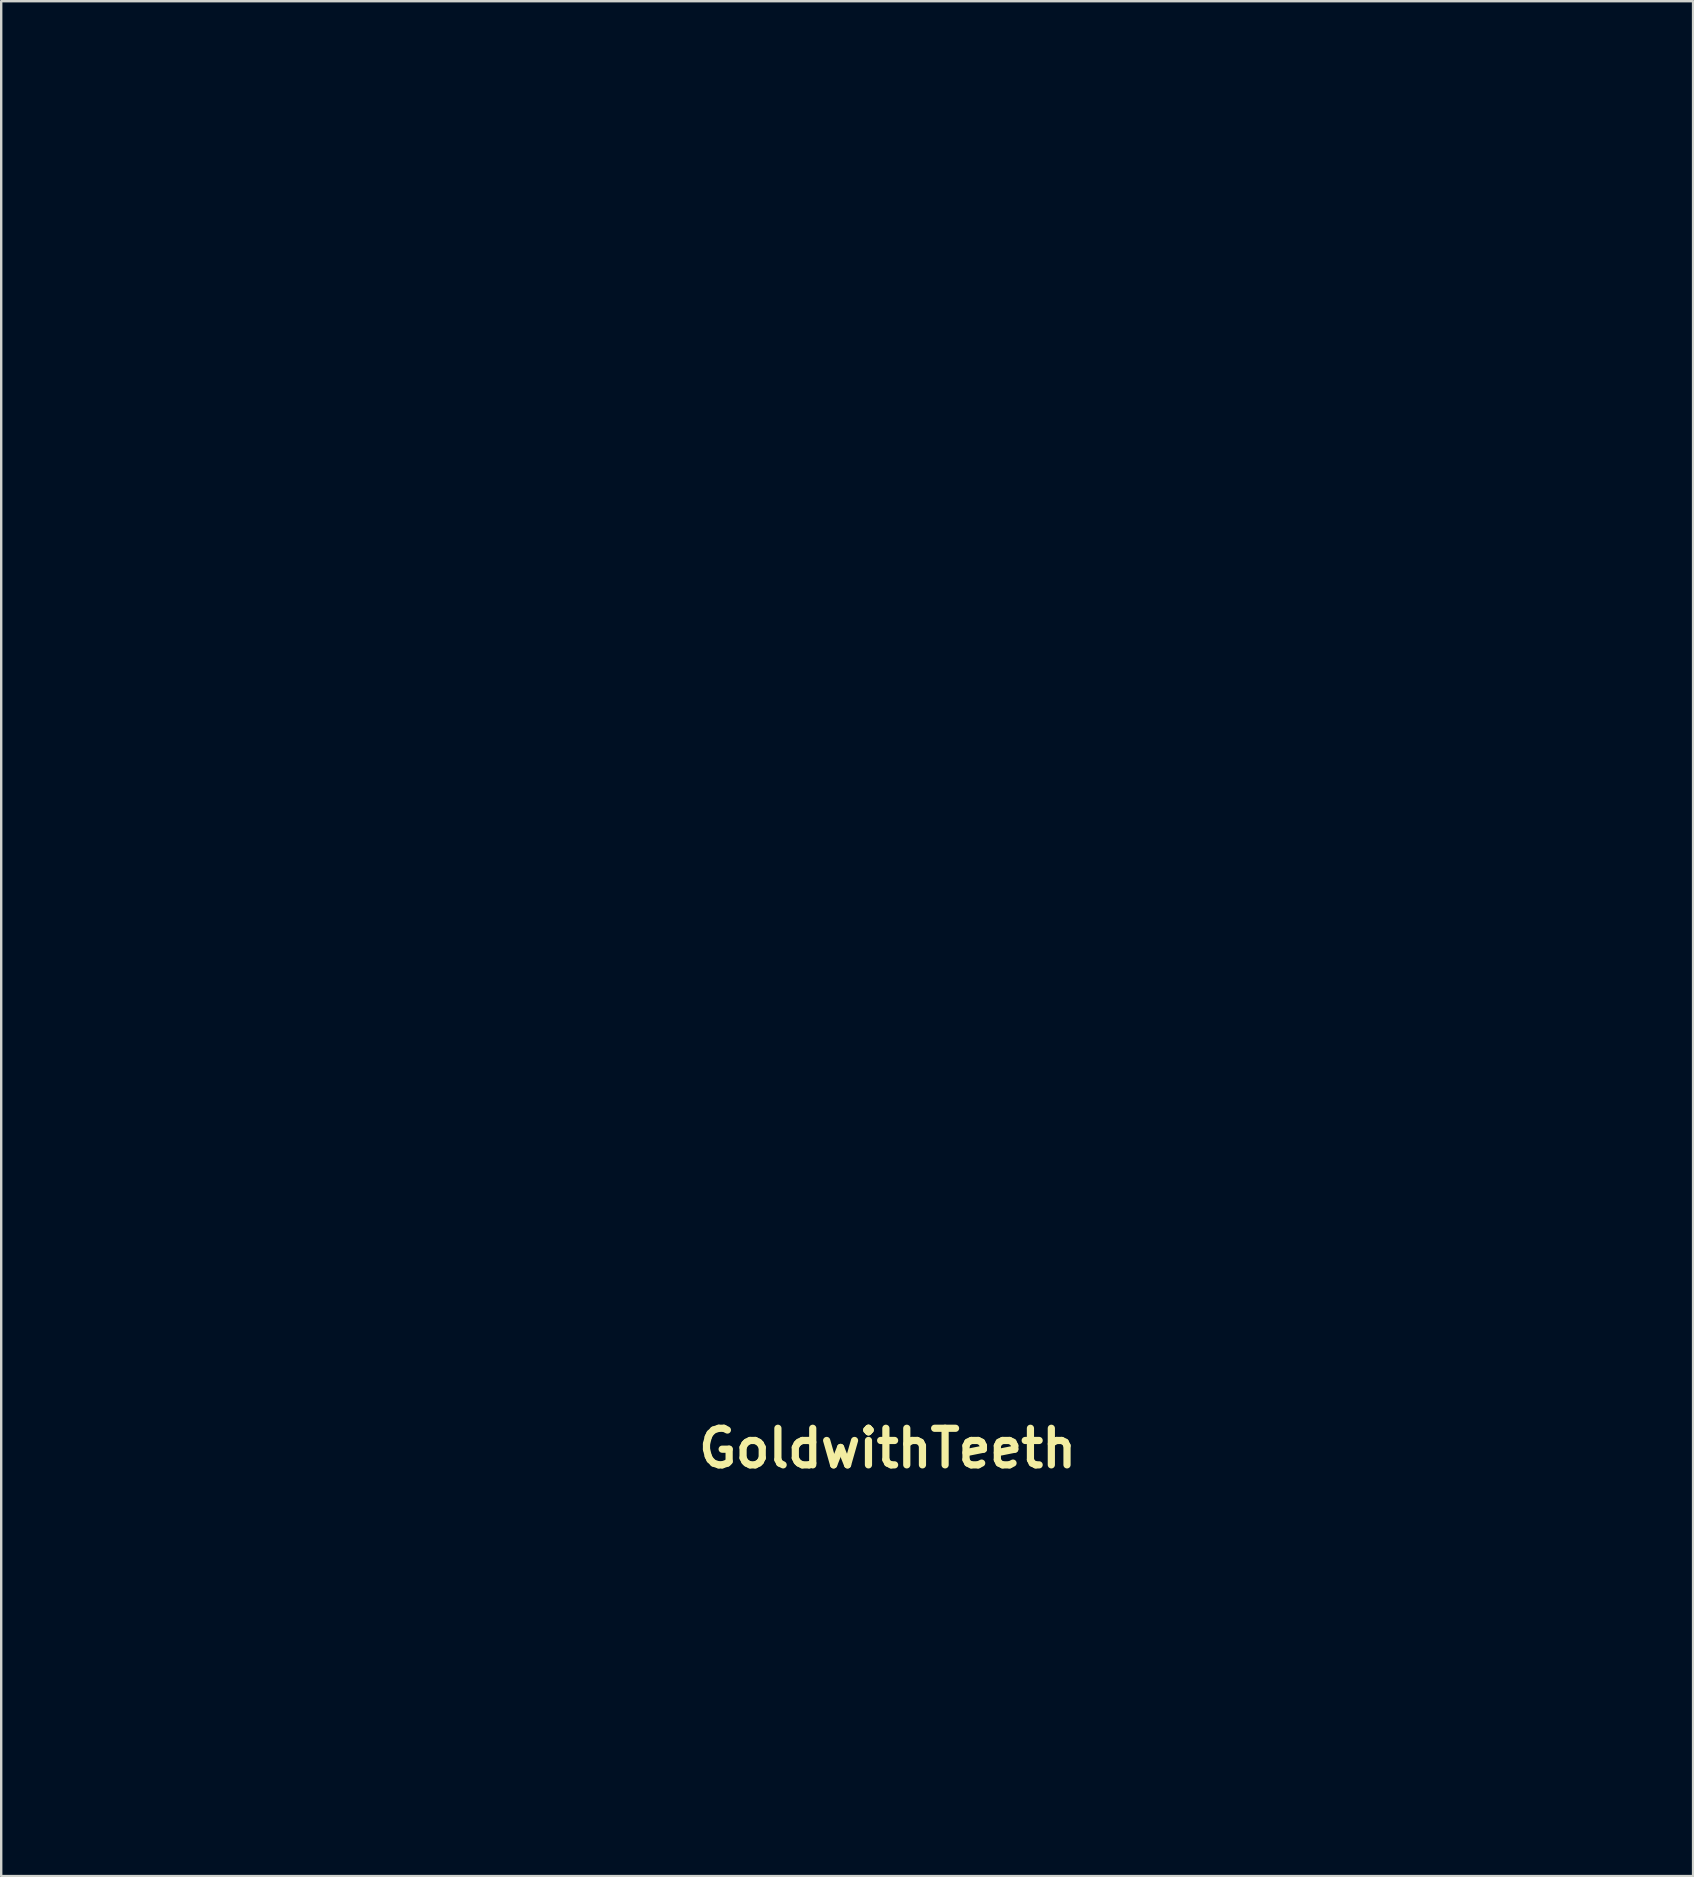
<source format=kicad_pcb>
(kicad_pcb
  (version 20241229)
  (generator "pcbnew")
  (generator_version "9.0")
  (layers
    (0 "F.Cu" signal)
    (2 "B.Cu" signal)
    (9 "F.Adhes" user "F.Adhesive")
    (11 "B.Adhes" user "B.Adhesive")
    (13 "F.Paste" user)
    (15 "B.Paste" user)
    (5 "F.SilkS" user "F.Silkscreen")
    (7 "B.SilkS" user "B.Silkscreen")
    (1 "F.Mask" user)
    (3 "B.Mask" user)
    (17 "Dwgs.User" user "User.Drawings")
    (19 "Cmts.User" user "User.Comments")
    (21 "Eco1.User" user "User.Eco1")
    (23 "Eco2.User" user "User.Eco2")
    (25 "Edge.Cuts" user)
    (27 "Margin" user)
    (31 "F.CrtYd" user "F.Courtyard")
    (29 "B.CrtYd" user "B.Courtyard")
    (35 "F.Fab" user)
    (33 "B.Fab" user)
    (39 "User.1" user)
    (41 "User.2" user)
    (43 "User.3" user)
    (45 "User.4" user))
  (footprint "GoldwithTeeth"
    (layer "F.Cu")
    (at 33.936 57.299)
    (property "Reference" "GoldwithTeeth" (at 0 0 0) (layer "F.SilkS") (effects (font (size 1.524 1.524) (thickness 0.3))))
    (attr through_hole)
    (fp_poly (pts (xy -13.937 1.124) (xy -13.524 1.151) (xy -13.097 1.203) (xy -12.947 1.228) (xy -12.327 1.391) (xy -11.739 1.655) (xy -11.166 2.036) (xy -10.59 2.549) (xy -9.993 3.21) (xy -9.356 4.034) (xy -8.856 4.748) (xy -8.335 5.494) (xy -7.88 6.09) (xy -7.463 6.563) (xy -7.054 6.944) (xy -6.625 7.26) (xy -6.146 7.541) (xy -5.962 7.636) (xy -4.8 8.167) (xy -3.748 8.533) (xy -2.798 8.737) (xy -1.944 8.781) (xy -1.47 8.73) (xy -1.151 8.663) (xy -0.848 8.569) (xy -0.543 8.435) (xy -0.219 8.248) (xy 0.142 7.994) (xy 0.557 7.661) (xy 1.043 7.235) (xy 1.619 6.702) (xy 2.301 6.049) (xy 3.091 5.281) (xy 3.955 4.441) (xy 4.696 3.737) (xy 5.329 3.158) (xy 5.87 2.691) (xy 6.336 2.327) (xy 6.741 2.052) (xy 7.102 1.856) (xy 7.435 1.728) (xy 7.756 1.655) (xy 8.08 1.627) (xy 8.186 1.626) (xy 8.532 1.661) (xy 8.698 1.762) (xy 8.676 1.925) (xy 8.635 1.982) (xy 8.529 2.236) (xy 8.472 2.675) (xy 8.464 3.287) (xy 8.506 4.059) (xy 8.582 4.846) (xy 8.67 5.867) (xy 8.683 6.765) (xy 8.616 7.607) (xy 8.465 8.461) (xy 8.315 9.075) (xy 8.171 9.531) (xy 7.985 9.948) (xy 7.738 10.347) (xy 7.412 10.746) (xy 6.989 11.168) (xy 6.448 11.631) (xy 5.773 12.157) (xy 4.944 12.764) (xy 4.851 12.831) (xy 3.885 13.47) (xy 2.913 14.014) (xy 1.988 14.434) (xy 1.608 14.573) (xy 1.117 14.729) (xy 0.79 14.81) (xy 0.601 14.818) (xy 0.525 14.756) (xy 0.526 14.67) (xy 0.639 14.549) (xy 0.917 14.395) (xy 1.321 14.229) (xy 2.458 13.738) (xy 3.633 13.095) (xy 4.798 12.331) (xy 5.903 11.476) (xy 6.891 10.575) (xy 7.215 10.233) (xy 7.451 9.927) (xy 7.627 9.6) (xy 7.775 9.195) (xy 7.924 8.656) (xy 7.948 8.562) (xy 8.031 8.202) (xy 8.091 7.866) (xy 8.129 7.509) (xy 8.15 7.084) (xy 8.156 6.546) (xy 8.152 5.853) (xy 8.142 5.127) (xy 8.127 4.579) (xy 8.104 4.185) (xy 8.07 3.92) (xy 8.021 3.76) (xy 7.954 3.681) (xy 7.865 3.658) (xy 7.852 3.658) (xy 7.663 3.728) (xy 7.396 3.907) (xy 7.106 4.15) (xy 6.845 4.412) (xy 6.669 4.647) (xy 6.658 4.667) (xy 6.594 4.876) (xy 6.525 5.24) (xy 6.46 5.709) (xy 6.407 6.236) (xy 6.405 6.259) (xy 6.337 7.044) (xy 6.275 7.644) (xy 6.218 8.073) (xy 6.164 8.349) (xy 6.116 8.479) (xy 6.052 8.435) (xy 5.923 8.239) (xy 5.75 7.925) (xy 5.595 7.615) (xy 5.347 7.13) (xy 5.154 6.817) (xy 5.002 6.657) (xy 4.928 6.626) (xy 4.745 6.678) (xy 4.441 6.856) (xy 4.037 7.144) (xy 3.878 7.268) (xy 3.453 7.616) (xy 3.139 7.918) (xy 2.918 8.215) (xy 2.775 8.546) (xy 2.692 8.953) (xy 2.652 9.477) (xy 2.639 10.157) (xy 2.638 10.262) (xy 2.63 11.735) (xy 2.407 11.435) (xy 2.204 11.179) (xy 1.944 10.868) (xy 1.818 10.724) (xy 1.584 10.445) (xy 1.396 10.188) (xy 1.332 10.084) (xy 1.152 9.851) (xy 0.972 9.698) (xy 0.835 9.624) (xy 0.681 9.594) (xy 0.457 9.607) (xy 0.113 9.666) (xy -0.116 9.712) (xy -0.745 9.797) (xy -1.496 9.832) (xy -2.322 9.82) (xy -3.179 9.765) (xy -4.019 9.672) (xy -4.798 9.545) (xy -5.469 9.386) (xy -5.987 9.202) (xy -6.011 9.191) (xy -6.285 9.092) (xy -6.503 9.066) (xy -6.54 9.074) (xy -6.671 9.176) (xy -6.889 9.399) (xy -7.157 9.701) (xy -7.285 9.855) (xy -7.874 10.577) (xy -7.944 10.19) (xy -7.973 9.932) (xy -7.998 9.53) (xy -8.014 9.042) (xy -8.021 8.615) (xy -8.024 8.093) (xy -8.042 7.731) (xy -8.095 7.482) (xy -8.204 7.303) (xy -8.392 7.148) (xy -8.677 6.973) (xy -8.837 6.879) (xy -9.324 6.519) (xy -9.757 6.064) (xy -9.8 6.008) (xy -10.206 5.463) (xy -10.461 5.805) (xy -10.646 6.031) (xy -10.928 6.346) (xy -11.257 6.698) (xy -11.412 6.858) (xy -12.109 7.569) (xy -12.056 7.163) (xy -12.006 6.731) (xy -11.955 6.217) (xy -11.907 5.662) (xy -11.865 5.104) (xy -11.831 4.585) (xy -11.807 4.143) (xy -11.798 3.819) (xy -11.806 3.652) (xy -11.808 3.644) (xy -11.911 3.524) (xy -12.144 3.322) (xy -12.467 3.069) (xy -12.715 2.888) (xy -13.564 2.283) (xy -13.602 4.164) (xy -13.622 5.177) (xy -13.639 6.008) (xy -13.649 6.68) (xy -13.653 7.212) (xy -13.649 7.628) (xy -13.636 7.948) (xy -13.612 8.193) (xy -13.577 8.386) (xy -13.528 8.549) (xy -13.466 8.701) (xy -13.389 8.865) (xy -13.333 8.982) (xy -12.942 9.628) (xy -12.369 10.31) (xy -11.631 11.015) (xy -10.743 11.729) (xy -9.721 12.439) (xy -8.581 13.132) (xy -8.103 13.397) (xy -7.705 13.619) (xy -7.383 13.811) (xy -7.174 13.95) (xy -7.112 14.011) (xy -7.156 14.126) (xy -7.307 14.148) (xy -7.594 14.075) (xy -7.809 13.998) (xy -8.355 13.755) (xy -9.008 13.401) (xy -9.728 12.965) (xy -10.473 12.474) (xy -11.202 11.956) (xy -11.875 11.439) (xy -12.449 10.952) (xy -12.809 10.604) (xy -13.295 10.046) (xy -13.669 9.501) (xy -13.938 8.937) (xy -14.11 8.321) (xy -14.193 7.621) (xy -14.194 6.805) (xy -14.122 5.842) (xy -14.072 5.385) (xy -13.966 4.275) (xy -13.936 3.348) (xy -13.981 2.6) (xy -14.103 2.024) (xy -14.301 1.615) (xy -14.426 1.474) (xy -14.578 1.308) (xy -14.63 1.203) (xy -14.538 1.15) (xy -14.291 1.124) (xy -13.937 1.124)) (stroke (width 0.01) (type solid)) (fill yes) (layer "F.Mask"))
    (fp_poly (pts (xy 16.072 -57.277) (xy 16.817 -57.207) (xy 17.476 -57.089) (xy 17.78 -57.003) (xy 18.701 -56.612) (xy 19.55 -56.097) (xy 20.29 -55.488) (xy 20.883 -54.81) (xy 21.13 -54.428) (xy 21.331 -54.113) (xy 21.566 -53.846) (xy 21.885 -53.58) (xy 22.283 -53.302) (xy 23.034 -52.75) (xy 23.645 -52.179) (xy 24.174 -51.528) (xy 24.581 -50.902) (xy 24.837 -50.508) (xy 25.186 -50.015) (xy 25.589 -49.475) (xy 26.006 -48.944) (xy 26.157 -48.759) (xy 26.937 -47.786) (xy 27.583 -46.911) (xy 28.09 -46.145) (xy 28.451 -45.495) (xy 28.572 -45.227) (xy 28.68 -44.923) (xy 28.75 -44.614) (xy 28.791 -44.242) (xy 28.81 -43.75) (xy 28.814 -43.48) (xy 28.82 -42.975) (xy 28.836 -42.623) (xy 28.873 -42.371) (xy 28.941 -42.17) (xy 29.052 -41.969) (xy 29.193 -41.752) (xy 29.625 -40.994) (xy 29.992 -40.133) (xy 30.281 -39.227) (xy 30.474 -38.327) (xy 30.557 -37.491) (xy 30.546 -37.023) (xy 30.392 -36.159) (xy 30.092 -35.32) (xy 29.668 -34.552) (xy 29.146 -33.902) (xy 28.76 -33.56) (xy 28.245 -33.172) (xy 28.307 -32.483) (xy 28.359 -31.671) (xy 28.373 -30.874) (xy 28.352 -30.137) (xy 28.295 -29.507) (xy 28.206 -29.028) (xy 28.199 -29.004) (xy 27.893 -28.207) (xy 27.432 -27.364) (xy 26.847 -26.513) (xy 26.167 -25.693) (xy 25.422 -24.942) (xy 24.641 -24.301) (xy 24.572 -24.252) (xy 23.636 -23.674) (xy 22.565 -23.162) (xy 21.422 -22.741) (xy 20.273 -22.435) (xy 19.471 -22.298) (xy 19.107 -22.23) (xy 18.776 -22.106) (xy 18.406 -21.895) (xy 18.164 -21.734) (xy 17.627 -21.395) (xy 17.115 -21.151) (xy 16.553 -20.972) (xy 15.868 -20.829) (xy 15.806 -20.818) (xy 15.268 -20.755) (xy 14.691 -20.748) (xy 14.044 -20.799) (xy 13.297 -20.914) (xy 12.416 -21.094) (xy 11.582 -21.292) (xy 10.865 -21.465) (xy 10.298 -21.591) (xy 9.833 -21.677) (xy 9.426 -21.73) (xy 9.029 -21.758) (xy 8.636 -21.767) (xy 7.614 -21.717) (xy 6.699 -21.549) (xy 5.911 -21.271) (xy 5.267 -20.889) (xy 4.785 -20.41) (xy 4.775 -20.396) (xy 4.492 -20.073) (xy 4.251 -19.924) (xy 4.066 -19.955) (xy 4.01 -20.021) (xy 3.984 -20.244) (xy 4.106 -20.542) (xy 4.348 -20.887) (xy 4.686 -21.247) (xy 5.092 -21.594) (xy 5.541 -21.897) (xy 5.769 -22.021) (xy 6.304 -22.258) (xy 6.832 -22.417) (xy 7.403 -22.51) (xy 8.072 -22.543) (xy 8.839 -22.528) (xy 9.492 -22.487) (xy 10.122 -22.415) (xy 10.796 -22.301) (xy 11.581 -22.137) (xy 11.786 -22.09) (xy 12.446 -21.942) (xy 12.97 -21.837) (xy 13.418 -21.768) (xy 13.848 -21.727) (xy 14.322 -21.706) (xy 14.9 -21.699) (xy 14.935 -21.698) (xy 15.579 -21.701) (xy 16.063 -21.718) (xy 16.431 -21.754) (xy 16.728 -21.813) (xy 16.942 -21.878) (xy 17.234 -21.992) (xy 17.428 -22.093) (xy 17.475 -22.142) (xy 17.381 -22.184) (xy 17.131 -22.23) (xy 16.769 -22.272) (xy 16.586 -22.288) (xy 16.124 -22.335) (xy 15.542 -22.414) (xy 14.916 -22.513) (xy 14.376 -22.61) (xy 13.018 -22.86) (xy 11.829 -23.05) (xy 10.785 -23.18) (xy 9.862 -23.25) (xy 9.033 -23.26) (xy 8.275 -23.209) (xy 7.563 -23.097) (xy 6.872 -22.925) (xy 6.178 -22.692) (xy 5.818 -22.55) (xy 5.236 -22.323) (xy 4.833 -22.189) (xy 4.608 -22.151) (xy 4.561 -22.208) (xy 4.689 -22.362) (xy 4.993 -22.613) (xy 5.359 -22.883) (xy 6.945 -23.93) (xy 7.283 -24.116) (xy 8.354 -24.116) (xy 8.366 -24.101) (xy 8.484 -24.137) (xy 8.658 -24.167) (xy 8.991 -24.199) (xy 9.436 -24.229) (xy 9.949 -24.254) (xy 10.037 -24.258) (xy 10.633 -24.273) (xy 11.167 -24.267) (xy 11.681 -24.234) (xy 12.217 -24.168) (xy 12.819 -24.065) (xy 13.528 -23.919) (xy 14.387 -23.725) (xy 14.464 -23.707) (xy 15.64 -23.459) (xy 16.677 -23.297) (xy 17.622 -23.22) (xy 18.518 -23.225) (xy 19.41 -23.31) (xy 20.075 -23.419) (xy 21.4 -23.761) (xy 22.731 -24.281) (xy 24.021 -24.959) (xy 24.509 -25.266) (xy 24.925 -25.55) (xy 25.165 -25.736) (xy 25.231 -25.826) (xy 25.122 -25.822) (xy 24.841 -25.725) (xy 24.811 -25.713) (xy 24.071 -25.474) (xy 23.229 -25.303) (xy 22.268 -25.199) (xy 21.173 -25.162) (xy 19.929 -25.191) (xy 18.519 -25.286) (xy 17.374 -25.396) (xy 16.049 -25.519) (xy 14.885 -25.584) (xy 13.849 -25.589) (xy 12.906 -25.531) (xy 12.023 -25.408) (xy 11.165 -25.216) (xy 10.298 -24.953) (xy 9.906 -24.815) (xy 9.613 -24.701) (xy 9.291 -24.566) (xy 8.972 -24.425) (xy 8.689 -24.292) (xy 8.472 -24.184) (xy 8.354 -24.116) (xy 7.283 -24.116) (xy 8.504 -24.784) (xy 10.033 -25.443) (xy 11.528 -25.906) (xy 12.006 -26.013) (xy 12.481 -26.117) (xy 12.918 -26.226) (xy 13.255 -26.322) (xy 13.381 -26.367) (xy 13.47 -26.425) (xy 17.744 -26.425) (xy 17.747 -26.376) (xy 17.863 -26.339) (xy 18.115 -26.303) (xy 18.528 -26.262) (xy 18.999 -26.217) (xy 19.759 -26.17) (xy 20.558 -26.164) (xy 21.338 -26.196) (xy 22.038 -26.263) (xy 22.6 -26.364) (xy 22.619 -26.369) (xy 23.637 -26.731) (xy 24.583 -27.272) (xy 25.434 -27.975) (xy 26.169 -28.823) (xy 26.525 -29.363) (xy 26.748 -29.751) (xy 26.885 -30.049) (xy 26.96 -30.336) (xy 26.997 -30.692) (xy 27.012 -30.983) (xy 27.048 -31.845) (xy 26.38 -31.22) (xy 25.85 -30.776) (xy 25.283 -30.416) (xy 24.631 -30.115) (xy 23.848 -29.851) (xy 23.368 -29.719) (xy 22.567 -29.502) (xy 21.919 -29.3) (xy 21.376 -29.087) (xy 20.893 -28.841) (xy 20.422 -28.537) (xy 19.917 -28.151) (xy 19.33 -27.659) (xy 19.309 -27.64) (xy 18.902 -27.297) (xy 18.515 -26.983) (xy 18.193 -26.734) (xy 17.988 -26.589) (xy 17.832 -26.493) (xy 17.744 -26.425) (xy 13.47 -26.425) (xy 13.564 -26.486) (xy 13.803 -26.68) (xy 14.955 -26.68) (xy 14.995 -26.638) (xy 15.198 -26.665) (xy 15.575 -26.759) (xy 15.843 -26.832) (xy 16.532 -27.05) (xy 17.145 -27.311) (xy 17.736 -27.644) (xy 18.357 -28.079) (xy 18.948 -28.551) (xy 19.565 -29.048) (xy 20.106 -29.445) (xy 20.621 -29.769) (xy 21.16 -30.046) (xy 21.771 -30.302) (xy 22.503 -30.565) (xy 22.978 -30.722) (xy 23.981 -31.065) (xy 24.795 -31.379) (xy 25.431 -31.669) (xy 25.898 -31.94) (xy 26.112 -32.103) (xy 26.245 -32.241) (xy 26.225 -32.28) (xy 26.198 -32.274) (xy 26.045 -32.237) (xy 25.731 -32.17) (xy 25.293 -32.079) (xy 24.769 -31.973) (xy 24.42 -31.904) (xy 23.611 -31.74) (xy 22.96 -31.598) (xy 22.426 -31.466) (xy 21.967 -31.332) (xy 21.542 -31.184) (xy 21.109 -31.012) (xy 20.931 -30.937) (xy 19.918 -30.449) (xy 18.917 -29.855) (xy 17.895 -29.132) (xy 16.82 -28.258) (xy 16.51 -27.988) (xy 16.123 -27.653) (xy 15.724 -27.321) (xy 15.385 -27.048) (xy 15.308 -26.99) (xy 15.063 -26.796) (xy 14.955 -26.68) (xy 13.803 -26.68) (xy 13.857 -26.724) (xy 14.229 -27.056) (xy 14.65 -27.453) (xy 15.017 -27.816) (xy 15.554 -28.341) (xy 16.165 -28.908) (xy 16.787 -29.46) (xy 17.36 -29.944) (xy 17.577 -30.118) (xy 18.032 -30.481) (xy 18.446 -30.82) (xy 18.785 -31.108) (xy 19.016 -31.316) (xy 19.081 -31.382) (xy 19.326 -31.713) (xy 19.553 -32.131) (xy 21.053 -32.131) (xy 21.626 -32.422) (xy 21.945 -32.574) (xy 22.202 -32.68) (xy 22.324 -32.714) (xy 22.409 -32.801) (xy 22.563 -33.041) (xy 22.767 -33.403) (xy 22.771 -33.412) (xy 24.551 -33.412) (xy 24.57 -33.325) (xy 24.575 -33.325) (xy 24.708 -33.355) (xy 24.986 -33.435) (xy 25.36 -33.551) (xy 25.587 -33.624) (xy 26.574 -33.994) (xy 27.379 -34.407) (xy 28.023 -34.881) (xy 28.526 -35.436) (xy 28.906 -36.09) (xy 29.186 -36.861) (xy 29.226 -37.009) (xy 29.328 -37.59) (xy 29.38 -38.287) (xy 29.379 -39.019) (xy 29.325 -39.704) (xy 29.263 -40.081) (xy 29.132 -40.691) (xy 28.958 -40.062) (xy 28.754 -39.475) (xy 28.465 -38.924) (xy 28.065 -38.373) (xy 27.53 -37.785) (xy 27.048 -37.32) (xy 26.494 -36.791) (xy 26.068 -36.345) (xy 25.741 -35.94) (xy 25.48 -35.534) (xy 25.254 -35.084) (xy 25.083 -34.677) (xy 24.916 -34.27) (xy 24.76 -33.902) (xy 24.642 -33.642) (xy 24.623 -33.604) (xy 24.551 -33.412) (xy 22.771 -33.412) (xy 23.003 -33.856) (xy 23.156 -34.163) (xy 23.636 -35.091) (xy 24.101 -35.865) (xy 24.582 -36.528) (xy 25.111 -37.125) (xy 25.687 -37.671) (xy 26.214 -38.142) (xy 26.612 -38.516) (xy 26.91 -38.826) (xy 27.135 -39.104) (xy 27.317 -39.382) (xy 27.484 -39.692) (xy 27.509 -39.742) (xy 27.67 -40.079) (xy 27.787 -40.346) (xy 27.838 -40.491) (xy 27.838 -40.497) (xy 27.772 -40.471) (xy 27.595 -40.327) (xy 27.339 -40.094) (xy 27.203 -39.964) (xy 26.871 -39.657) (xy 26.431 -39.277) (xy 25.942 -38.872) (xy 25.459 -38.489) (xy 25.451 -38.482) (xy 24.96 -38.088) (xy 24.456 -37.656) (xy 23.997 -37.239) (xy 23.648 -36.894) (xy 23.44 -36.667) (xy 23.256 -36.45) (xy 23.084 -36.219) (xy 22.91 -35.949) (xy 22.722 -35.619) (xy 22.506 -35.203) (xy 22.248 -34.678) (xy 21.935 -34.021) (xy 21.555 -33.208) (xy 21.461 -33.007) (xy 21.053 -32.131) (xy 19.553 -32.131) (xy 19.566 -32.153) (xy 19.813 -32.73) (xy 20.081 -33.472) (xy 20.168 -33.731) (xy 20.543 -34.778) (xy 20.942 -35.678) (xy 21.394 -36.492) (xy 21.932 -37.275) (xy 22.37 -37.829) (xy 22.604 -38.13) (xy 22.759 -38.395) (xy 22.835 -38.662) (xy 22.833 -38.971) (xy 22.756 -39.362) (xy 22.602 -39.873) (xy 22.434 -40.371) (xy 22.257 -40.895) (xy 22.137 -41.295) (xy 22.062 -41.637) (xy 22.023 -41.987) (xy 22.007 -42.411) (xy 22.002 -42.875) (xy 22 -43.332) (xy 22.724 -43.332) (xy 22.747 -42.708) (xy 22.814 -42.183) (xy 22.94 -41.658) (xy 23.001 -41.453) (xy 23.161 -40.931) (xy 23.333 -40.361) (xy 23.483 -39.858) (xy 23.495 -39.815) (xy 23.64 -39.395) (xy 23.77 -39.151) (xy 23.875 -39.087) (xy 23.948 -39.208) (xy 23.977 -39.52) (xy 23.977 -39.559) (xy 23.956 -39.829) (xy 23.899 -40.239) (xy 23.815 -40.727) (xy 23.732 -41.148) (xy 23.569 -41.976) (xy 23.465 -42.657) (xy 23.427 -43.221) (xy 24.393 -43.221) (xy 24.418 -42.416) (xy 24.503 -41.539) (xy 24.646 -40.633) (xy 24.744 -40.153) (xy 24.796 -39.92) (xy 25.428 -40.276) (xy 25.807 -40.501) (xy 26.167 -40.733) (xy 26.402 -40.903) (xy 26.651 -41.172) (xy 26.921 -41.583) (xy 27.113 -41.949) (xy 27.3 -42.362) (xy 27.411 -42.686) (xy 27.465 -43.009) (xy 27.481 -43.418) (xy 27.481 -43.586) (xy 27.471 -44.054) (xy 27.429 -44.404) (xy 27.337 -44.721) (xy 27.179 -45.089) (xy 27.162 -45.124) (xy 26.941 -45.548) (xy 26.654 -46.035) (xy 26.362 -46.485) (xy 26.337 -46.521) (xy 25.829 -47.243) (xy 25.659 -46.72) (xy 25.509 -46.355) (xy 25.291 -45.926) (xy 25.085 -45.578) (xy 24.853 -45.182) (xy 24.65 -44.765) (xy 24.533 -44.457) (xy 24.431 -43.915) (xy 24.393 -43.221) (xy 23.427 -43.221) (xy 23.425 -43.241) (xy 23.456 -43.775) (xy 23.562 -44.309) (xy 23.749 -44.892) (xy 24.02 -45.572) (xy 24.263 -46.128) (xy 24.495 -46.674) (xy 24.705 -47.213) (xy 24.873 -47.691) (xy 24.979 -48.053) (xy 24.994 -48.121) (xy 25.056 -48.48) (xy 25.064 -48.713) (xy 25.012 -48.888) (xy 24.936 -49.019) (xy 24.755 -49.295) (xy 24.618 -48.76) (xy 24.514 -48.462) (xy 24.333 -48.044) (xy 24.1 -47.56) (xy 23.839 -47.065) (xy 23.83 -47.048) (xy 23.405 -46.237) (xy 23.096 -45.534) (xy 22.889 -44.89) (xy 22.77 -44.258) (xy 22.725 -43.591) (xy 22.724 -43.332) (xy 22 -43.332) (xy 21.996 -44.145) (xy 21.387 -44.552) (xy 20.855 -44.982) (xy 20.415 -45.488) (xy 20.101 -46.024) (xy 19.944 -46.542) (xy 19.94 -46.573) (xy 19.883 -46.861) (xy 19.801 -47.023) (xy 19.764 -47.041) (xy 19.616 -47.084) (xy 19.346 -47.196) (xy 19.021 -47.351) (xy 18.697 -47.564) (xy 20.896 -47.564) (xy 20.998 -46.95) (xy 21.161 -46.499) (xy 21.38 -46.099) (xy 21.628 -45.756) (xy 21.88 -45.496) (xy 22.107 -45.343) (xy 22.283 -45.32) (xy 22.371 -45.423) (xy 22.327 -45.552) (xy 22.175 -45.766) (xy 22.037 -45.922) (xy 21.699 -46.362) (xy 21.475 -46.866) (xy 21.362 -47.455) (xy 21.361 -47.66) (xy 21.973 -47.66) (xy 22.043 -47.309) (xy 22.051 -47.282) (xy 22.166 -46.997) (xy 22.318 -46.694) (xy 22.477 -46.43) (xy 22.607 -46.261) (xy 22.658 -46.229) (xy 22.719 -46.314) (xy 22.855 -46.549) (xy 23.047 -46.903) (xy 23.279 -47.344) (xy 23.398 -47.574) (xy 23.739 -48.27) (xy 23.976 -48.827) (xy 24.115 -49.274) (xy 24.162 -49.641) (xy 24.126 -49.959) (xy 24.029 -50.225) (xy 23.889 -50.433) (xy 23.679 -50.656) (xy 23.449 -50.852) (xy 23.248 -50.978) (xy 23.125 -50.993) (xy 23.121 -50.989) (xy 23.069 -50.888) (xy 22.953 -50.636) (xy 22.788 -50.272) (xy 22.592 -49.831) (xy 22.568 -49.776) (xy 22.274 -49.073) (xy 22.082 -48.508) (xy 21.984 -48.048) (xy 21.973 -47.66) (xy 21.361 -47.66) (xy 21.359 -48.152) (xy 21.464 -48.978) (xy 21.676 -49.956) (xy 21.692 -50.022) (xy 21.894 -50.902) (xy 22.01 -51.606) (xy 22.041 -52.144) (xy 21.988 -52.523) (xy 21.942 -52.635) (xy 21.827 -52.799) (xy 21.739 -52.793) (xy 21.672 -52.607) (xy 21.62 -52.232) (xy 21.607 -52.095) (xy 21.555 -51.698) (xy 21.463 -51.176) (xy 21.343 -50.599) (xy 21.223 -50.089) (xy 21.008 -49.108) (xy 20.899 -48.274) (xy 20.896 -47.564) (xy 18.697 -47.564) (xy 18.326 -47.807) (xy 17.706 -48.446) (xy 17.158 -49.271) (xy 16.928 -49.715) (xy 16.685 -50.224) (xy 16.399 -50.823) (xy 16.115 -51.419) (xy 15.975 -51.714) (xy 15.73 -52.195) (xy 15.469 -52.655) (xy 15.225 -53.035) (xy 15.078 -53.229) (xy 14.434 -53.827) (xy 13.657 -54.314) (xy 12.796 -54.665) (xy 11.904 -54.854) (xy 11.897 -54.854) (xy 11.573 -54.9) (xy 11.394 -54.967) (xy 11.301 -55.089) (xy 11.257 -55.22) (xy 11.224 -55.402) (xy 11.265 -55.554) (xy 11.393 -55.715) (xy 12.787 -55.715) (xy 13.467 -55.589) (xy 14.368 -55.324) (xy 15.218 -54.879) (xy 15.929 -54.321) (xy 16.147 -54.101) (xy 16.341 -53.867) (xy 16.532 -53.586) (xy 16.741 -53.221) (xy 16.99 -52.739) (xy 17.285 -52.137) (xy 17.662 -51.371) (xy 17.979 -50.759) (xy 18.257 -50.271) (xy 18.515 -49.873) (xy 18.775 -49.534) (xy 19.056 -49.222) (xy 19.23 -49.047) (xy 19.585 -48.733) (xy 19.832 -48.588) (xy 19.974 -48.612) (xy 20.015 -48.777) (xy 19.952 -48.972) (xy 19.789 -49.239) (xy 19.66 -49.404) (xy 19.429 -49.747) (xy 19.157 -50.278) (xy 18.85 -50.988) (xy 18.512 -51.867) (xy 18.233 -52.651) (xy 17.81 -53.685) (xy 17.32 -54.53) (xy 16.759 -55.19) (xy 16.124 -55.668) (xy 15.667 -55.884) (xy 15.31 -56) (xy 14.968 -56.059) (xy 14.558 -56.072) (xy 14.224 -56.061) (xy 13.758 -56.021) (xy 13.36 -55.956) (xy 13.092 -55.876) (xy 13.074 -55.867) (xy 12.787 -55.715) (xy 11.393 -55.715) (xy 11.408 -55.733) (xy 11.637 -55.953) (xy 12.232 -56.4) (xy 12.722 -56.661) (xy 16.253 -56.661) (xy 16.309 -56.587) (xy 16.519 -56.437) (xy 16.723 -56.304) (xy 17.259 -55.906) (xy 17.721 -55.444) (xy 18.127 -54.891) (xy 18.491 -54.222) (xy 18.83 -53.409) (xy 19.159 -52.428) (xy 19.251 -52.121) (xy 19.417 -51.589) (xy 19.593 -51.079) (xy 19.758 -50.65) (xy 19.891 -50.36) (xy 20.158 -49.87) (xy 20.345 -50.919) (xy 20.461 -51.773) (xy 20.497 -52.558) (xy 20.491 -52.781) (xy 20.379 -53.626) (xy 20.14 -54.377) (xy 19.788 -54.998) (xy 19.646 -55.17) (xy 19.251 -55.513) (xy 18.708 -55.853) (xy 18.071 -56.162) (xy 17.394 -56.412) (xy 17.108 -56.492) (xy 16.642 -56.609) (xy 16.36 -56.667) (xy 16.253 -56.661) (xy 12.722 -56.661) (xy 12.963 -56.79) (xy 13.767 -57.091) (xy 14.017 -57.16) (xy 14.602 -57.256) (xy 15.31 -57.294) (xy 16.072 -57.277)) (stroke (width 0.01) (type solid)) (fill yes) (layer "F.Mask"))
    (fp_poly (pts (xy -18.078 -57.274) (xy -17.649 -57.22) (xy -17.37 -57.16) (xy -16.557 -56.893) (xy -15.797 -56.527) (xy -15.154 -56.094) (xy -14.99 -55.953) (xy -14.735 -55.706) (xy -14.607 -55.534) (xy -14.578 -55.381) (xy -14.61 -55.22) (xy -14.674 -55.047) (xy -14.782 -54.947) (xy -14.987 -54.888) (xy -15.298 -54.847) (xy -16.236 -54.641) (xy -17.133 -54.244) (xy -17.674 -53.894) (xy -18.107 -53.542) (xy -18.47 -53.163) (xy -18.794 -52.713) (xy -19.115 -52.145) (xy -19.375 -51.613) (xy -19.755 -50.803) (xy -20.064 -50.153) (xy -20.317 -49.64) (xy -20.527 -49.238) (xy -20.709 -48.925) (xy -20.875 -48.674) (xy -21.041 -48.463) (xy -21.22 -48.267) (xy -21.378 -48.107) (xy -21.735 -47.766) (xy -22.025 -47.53) (xy -22.317 -47.351) (xy -22.679 -47.185) (xy -22.885 -47.101) (xy -23.141 -46.972) (xy -23.25 -46.819) (xy -23.269 -46.665) (xy -23.364 -46.171) (xy -23.627 -45.65) (xy -24.031 -45.139) (xy -24.55 -44.675) (xy -24.789 -44.509) (xy -25.349 -44.145) (xy -25.356 -42.875) (xy -25.363 -42.336) (xy -25.383 -41.926) (xy -25.428 -41.58) (xy -25.509 -41.23) (xy -25.638 -40.811) (xy -25.788 -40.367) (xy -25.997 -39.738) (xy -26.133 -39.259) (xy -26.193 -38.892) (xy -26.177 -38.597) (xy -26.084 -38.336) (xy -25.913 -38.069) (xy -25.723 -37.829) (xy -25.141 -37.081) (xy -24.655 -36.343) (xy -24.236 -35.563) (xy -23.857 -34.691) (xy -23.489 -33.672) (xy -23.456 -33.575) (xy -23.188 -32.818) (xy -22.924 -32.215) (xy -22.635 -31.721) (xy -22.288 -31.289) (xy -21.853 -30.874) (xy -21.366 -30.481) (xy -20.704 -29.953) (xy -20.006 -29.364) (xy -19.313 -28.749) (xy -18.668 -28.147) (xy -18.112 -27.595) (xy -17.746 -27.201) (xy -17.438 -26.869) (xy -17.152 -26.62) (xy -16.845 -26.432) (xy -16.472 -26.283) (xy -15.986 -26.149) (xy -15.349 -26.011) (xy -13.88 -25.617) (xy -12.374 -25.027) (xy -10.835 -24.245) (xy -9.269 -23.271) (xy -8.712 -22.883) (xy -8.269 -22.552) (xy -8.002 -22.32) (xy -7.911 -22.185) (xy -7.997 -22.148) (xy -8.261 -22.209) (xy -8.703 -22.365) (xy -9.153 -22.547) (xy -10.259 -22.939) (xy -11.336 -23.173) (xy -12.46 -23.264) (xy -12.688 -23.266) (xy -13.15 -23.261) (xy -13.597 -23.241) (xy -14.062 -23.202) (xy -14.578 -23.141) (xy -15.178 -23.053) (xy -15.896 -22.934) (xy -16.765 -22.78) (xy -17.221 -22.696) (xy -17.892 -22.578) (xy -18.558 -22.47) (xy -19.17 -22.379) (xy -19.677 -22.312) (xy -19.99 -22.281) (xy -20.374 -22.244) (xy -20.665 -22.2) (xy -20.817 -22.156) (xy -20.828 -22.142) (xy -20.74 -22.068) (xy -20.514 -21.961) (xy -20.295 -21.878) (xy -20.024 -21.799) (xy -19.715 -21.745) (xy -19.327 -21.713) (xy -18.813 -21.699) (xy -18.288 -21.698) (xy -17.623 -21.708) (xy -17.083 -21.736) (xy -16.589 -21.791) (xy -16.063 -21.882) (xy -15.426 -22.017) (xy -15.392 -22.025) (xy -14.563 -22.207) (xy -13.89 -22.345) (xy -13.334 -22.443) (xy -12.854 -22.505) (xy -12.411 -22.538) (xy -11.964 -22.546) (xy -11.474 -22.535) (xy -11.395 -22.532) (xy -10.656 -22.481) (xy -10.055 -22.383) (xy -9.529 -22.219) (xy -9.015 -21.971) (xy -8.621 -21.733) (xy -8.261 -21.461) (xy -7.918 -21.133) (xy -7.626 -20.789) (xy -7.42 -20.471) (xy -7.334 -20.223) (xy -7.336 -20.178) (xy -7.436 -19.981) (xy -7.619 -19.927) (xy -7.823 -20.014) (xy -7.961 -20.187) (xy -8.325 -20.672) (xy -8.859 -21.078) (xy -9.544 -21.399) (xy -10.357 -21.625) (xy -11.279 -21.749) (xy -11.989 -21.771) (xy -12.451 -21.758) (xy -12.872 -21.724) (xy -13.306 -21.66) (xy -13.806 -21.558) (xy -14.428 -21.408) (xy -14.681 -21.344) (xy -15.643 -21.108) (xy -16.447 -20.935) (xy -17.131 -20.821) (xy -17.727 -20.761) (xy -18.271 -20.751) (xy -18.799 -20.787) (xy -18.986 -20.81) (xy -19.743 -20.939) (xy -20.353 -21.113) (xy -20.873 -21.352) (xy -21.331 -21.656) (xy -21.667 -21.878) (xy -22.028 -22.037) (xy -22.489 -22.162) (xy -22.673 -22.201) (xy -23.45 -22.383) (xy -24.291 -22.623) (xy -25.116 -22.894) (xy -25.845 -23.173) (xy -26.043 -23.259) (xy -27.002 -23.747) (xy -27.922 -24.327) (xy -28.769 -24.97) (xy -29.435 -25.582) (xy -28.422 -25.582) (xy -28.339 -25.496) (xy -28.138 -25.342) (xy -27.095 -24.671) (xy -25.922 -24.109) (xy -24.676 -23.68) (xy -24.265 -23.574) (xy -22.962 -23.328) (xy -21.709 -23.224) (xy -20.446 -23.262) (xy -19.116 -23.442) (xy -18.644 -23.535) (xy -18.002 -23.669) (xy -17.272 -23.822) (xy -16.566 -23.97) (xy -16.205 -24.046) (xy -15.677 -24.151) (xy -15.241 -24.22) (xy -14.83 -24.258) (xy -14.377 -24.27) (xy -13.818 -24.261) (xy -13.513 -24.251) (xy -12.965 -24.228) (xy -12.473 -24.2) (xy -12.079 -24.17) (xy -11.83 -24.142) (xy -11.786 -24.133) (xy -11.706 -24.123) (xy -11.783 -24.175) (xy -11.985 -24.275) (xy -12.28 -24.407) (xy -12.636 -24.559) (xy -13.021 -24.717) (xy -13.403 -24.867) (xy -13.75 -24.995) (xy -13.864 -25.034) (xy -14.683 -25.273) (xy -15.528 -25.446) (xy -16.429 -25.553) (xy -17.416 -25.596) (xy -18.517 -25.577) (xy -19.763 -25.497) (xy -20.726 -25.407) (xy -21.743 -25.305) (xy -22.59 -25.227) (xy -23.301 -25.172) (xy -23.908 -25.14) (xy -24.443 -25.128) (xy -24.939 -25.137) (xy -25.429 -25.165) (xy -25.945 -25.211) (xy -26.219 -25.24) (xy -26.777 -25.306) (xy -27.29 -25.374) (xy -27.711 -25.437) (xy -27.993 -25.49) (xy -28.047 -25.503) (xy -28.328 -25.579) (xy -28.422 -25.582) (xy -29.435 -25.582) (xy -29.506 -25.647) (xy -30.094 -26.329) (xy -30.295 -26.619) (xy -30.737 -27.324) (xy -31.078 -27.902) (xy -31.329 -28.397) (xy -31.505 -28.85) (xy -31.616 -29.304) (xy -31.675 -29.802) (xy -31.694 -30.385) (xy -31.686 -31.097) (xy -31.678 -31.399) (xy -31.667 -31.845) (xy -30.401 -31.845) (xy -30.364 -30.983) (xy -30.338 -30.538) (xy -30.288 -30.215) (xy -30.19 -29.931) (xy -30.02 -29.606) (xy -29.895 -29.391) (xy -29.216 -28.436) (xy -28.414 -27.636) (xy -27.499 -26.998) (xy -26.485 -26.532) (xy -25.385 -26.247) (xy -25.18 -26.215) (xy -24.783 -26.183) (xy -24.238 -26.17) (xy -23.601 -26.174) (xy -22.927 -26.195) (xy -22.27 -26.231) (xy -21.686 -26.281) (xy -21.534 -26.298) (xy -20.994 -26.365) (xy -21.411 -26.641) (xy -21.661 -26.822) (xy -22.011 -27.098) (xy -22.409 -27.428) (xy -22.719 -27.693) (xy -23.284 -28.171) (xy -23.781 -28.549) (xy -24.255 -28.85) (xy -24.752 -29.098) (xy -25.318 -29.315) (xy -25.998 -29.524) (xy -26.721 -29.719) (xy -27.592 -29.973) (xy -28.306 -30.252) (xy -28.912 -30.578) (xy -29.456 -30.975) (xy -29.733 -31.22) (xy -30.401 -31.845) (xy -31.667 -31.845) (xy -31.655 -32.277) (xy -29.636 -32.277) (xy -29.578 -32.199) (xy -29.411 -32.064) (xy -29.167 -31.897) (xy -28.879 -31.721) (xy -28.632 -31.588) (xy -28.339 -31.457) (xy -27.898 -31.283) (xy -27.358 -31.082) (xy -26.764 -30.873) (xy -26.354 -30.735) (xy -25.526 -30.452) (xy -24.849 -30.193) (xy -24.275 -29.932) (xy -23.759 -29.645) (xy -23.253 -29.306) (xy -22.711 -28.891) (xy -22.298 -28.551) (xy -21.668 -28.044) (xy -21.123 -27.657) (xy -20.61 -27.359) (xy -20.076 -27.12) (xy -19.468 -26.91) (xy -19.327 -26.867) (xy -18.811 -26.72) (xy -18.477 -26.644) (xy -18.314 -26.638) (xy -18.312 -26.703) (xy -18.463 -26.84) (xy -18.552 -26.907) (xy -18.777 -27.082) (xy -19.112 -27.358) (xy -19.514 -27.698) (xy -19.941 -28.067) (xy -20.015 -28.133) (xy -21.331 -29.203) (xy -22.63 -30.082) (xy -23.926 -30.779) (xy -25.236 -31.303) (xy -25.311 -31.328) (xy -25.677 -31.433) (xy -26.187 -31.562) (xy -26.785 -31.7) (xy -27.416 -31.835) (xy -27.724 -31.897) (xy -28.29 -32.009) (xy -28.794 -32.111) (xy -29.198 -32.195) (xy -29.466 -32.253) (xy -29.552 -32.274) (xy -29.636 -32.277) (xy -31.655 -32.277) (xy -31.631 -33.192) (xy -31.988 -33.436) (xy -32.528 -33.913) (xy -33.011 -34.544) (xy -33.415 -35.282) (xy -33.717 -36.081) (xy -33.894 -36.894) (xy -33.931 -37.44) (xy -33.873 -38.121) (xy -33.791 -38.526) (xy -32.727 -38.526) (xy -32.657 -37.482) (xy -32.456 -36.583) (xy -32.118 -35.812) (xy -31.639 -35.155) (xy -31.419 -34.932) (xy -31.047 -34.613) (xy -30.66 -34.348) (xy -30.209 -34.112) (xy -29.647 -33.878) (xy -29.058 -33.668) (xy -28.546 -33.495) (xy -28.2 -33.388) (xy -27.996 -33.346) (xy -27.907 -33.367) (xy -27.908 -33.452) (xy -27.974 -33.597) (xy -27.984 -33.617) (xy -28.097 -33.861) (xy -28.246 -34.219) (xy -28.397 -34.608) (xy -28.632 -35.162) (xy -28.908 -35.659) (xy -29.258 -36.142) (xy -29.71 -36.65) (xy -30.295 -37.225) (xy -30.397 -37.32) (xy -31.04 -37.952) (xy -31.532 -38.52) (xy -31.897 -39.059) (xy -32.16 -39.604) (xy -32.311 -40.062) (xy -32.434 -40.508) (xy -31.191 -40.508) (xy -31.148 -40.386) (xy -31.035 -40.135) (xy -30.875 -39.804) (xy -30.845 -39.743) (xy -30.687 -39.441) (xy -30.533 -39.186) (xy -30.356 -38.947) (xy -30.129 -38.692) (xy -29.824 -38.39) (xy -29.413 -38.01) (xy -29.021 -37.656) (xy -28.41 -37.066) (xy -27.88 -36.459) (xy -27.4 -35.79) (xy -26.938 -35.013) (xy -26.46 -34.083) (xy -26.458 -34.079) (xy -26.203 -33.558) (xy -26.013 -33.191) (xy -25.866 -32.945) (xy -25.739 -32.791) (xy -25.61 -32.697) (xy -25.459 -32.633) (xy -25.41 -32.617) (xy -25.069 -32.481) (xy -24.759 -32.319) (xy -24.72 -32.295) (xy -24.523 -32.168) (xy -24.421 -32.107) (xy -24.418 -32.106) (xy -24.453 -32.194) (xy -24.561 -32.437) (xy -24.728 -32.808) (xy -24.943 -33.279) (xy -25.191 -33.821) (xy -25.208 -33.858) (xy -25.603 -34.702) (xy -25.948 -35.391) (xy -26.269 -35.961) (xy -26.593 -36.445) (xy -26.947 -36.878) (xy -27.357 -37.293) (xy -27.849 -37.726) (xy -28.451 -38.209) (xy -28.799 -38.479) (xy -29.281 -38.861) (xy -29.771 -39.266) (xy -30.213 -39.647) (xy -30.549 -39.956) (xy -30.556 -39.964) (xy -30.838 -40.231) (xy -31.056 -40.422) (xy -31.177 -40.51) (xy -31.191 -40.508) (xy -32.434 -40.508) (xy -32.485 -40.691) (xy -32.608 -40.101) (xy -32.664 -39.725) (xy -32.705 -39.232) (xy -32.726 -38.71) (xy -32.727 -38.526) (xy -33.791 -38.526) (xy -33.713 -38.907) (xy -33.47 -39.736) (xy -33.162 -40.55) (xy -32.809 -41.288) (xy -32.593 -41.656) (xy -32.168 -42.316) (xy -32.194 -43.282) (xy -32.195 -43.67) (xy -30.859 -43.67) (xy -30.805 -43.029) (xy -30.783 -42.914) (xy -30.638 -42.398) (xy -30.425 -41.871) (xy -30.176 -41.399) (xy -29.921 -41.046) (xy -29.855 -40.979) (xy -29.599 -40.775) (xy -29.274 -40.559) (xy -28.922 -40.354) (xy -28.59 -40.185) (xy -28.319 -40.074) (xy -28.156 -40.045) (xy -28.131 -40.061) (xy -28.087 -40.207) (xy -28.022 -40.506) (xy -27.945 -40.911) (xy -27.886 -41.25) (xy -27.75 -42.243) (xy -27.704 -43.089) (xy -27.753 -43.822) (xy -27.902 -44.48) (xy -28.155 -45.098) (xy -28.452 -45.612) (xy -28.686 -46.011) (xy -28.894 -46.432) (xy -29.017 -46.737) (xy -29.183 -47.246) (xy -29.693 -46.508) (xy -30.21 -45.698) (xy -30.571 -44.975) (xy -30.784 -44.309) (xy -30.859 -43.67) (xy -32.195 -43.67) (xy -32.195 -43.864) (xy -32.152 -44.329) (xy -32.058 -44.76) (xy -32.012 -44.915) (xy -31.8 -45.432) (xy -31.457 -46.064) (xy -31 -46.783) (xy -30.446 -47.566) (xy -29.812 -48.386) (xy -29.691 -48.532) (xy -28.402 -48.532) (xy -28.35 -48.134) (xy -28.209 -47.623) (xy -27.976 -46.981) (xy -27.645 -46.189) (xy -27.489 -45.836) (xy -27.168 -45.082) (xy -26.944 -44.444) (xy -26.812 -43.868) (xy -26.765 -43.299) (xy -26.799 -42.685) (xy -26.908 -41.972) (xy -27.034 -41.351) (xy -27.187 -40.59) (xy -27.279 -40.005) (xy -27.311 -39.58) (xy -27.287 -39.298) (xy -27.224 -39.161) (xy -27.15 -39.107) (xy -27.08 -39.16) (xy -26.997 -39.35) (xy -26.883 -39.705) (xy -26.871 -39.745) (xy -26.733 -40.204) (xy -26.565 -40.754) (xy -26.4 -41.291) (xy -26.366 -41.402) (xy -26.201 -42.009) (xy -26.11 -42.558) (xy -26.076 -43.17) (xy -26.074 -43.282) (xy -26.082 -43.816) (xy -26.123 -44.301) (xy -26.209 -44.77) (xy -26.35 -45.255) (xy -26.404 -45.394) (xy -25.673 -45.394) (xy -25.665 -45.357) (xy -25.603 -45.268) (xy -25.488 -45.292) (xy -25.293 -45.419) (xy -25.029 -45.655) (xy -24.778 -45.953) (xy -24.738 -46.011) (xy -24.58 -46.312) (xy -24.423 -46.714) (xy -24.325 -47.038) (xy -24.243 -47.444) (xy -24.209 -47.855) (xy -24.227 -48.31) (xy -24.297 -48.823) (xy -23.362 -48.823) (xy -23.354 -48.64) (xy -23.26 -48.565) (xy -23.118 -48.622) (xy -22.891 -48.766) (xy -22.801 -48.832) (xy -22.398 -49.21) (xy -21.972 -49.75) (xy -21.518 -50.461) (xy -21.029 -51.354) (xy -20.717 -51.981) (xy -20.304 -52.8) (xy -19.932 -53.454) (xy -19.58 -53.972) (xy -19.224 -54.381) (xy -18.84 -54.71) (xy -18.407 -54.986) (xy -18.152 -55.119) (xy -17.696 -55.317) (xy -17.202 -55.489) (xy -16.783 -55.596) (xy -16.141 -55.715) (xy -16.427 -55.867) (xy -16.675 -55.948) (xy -17.062 -56.015) (xy -17.522 -56.058) (xy -17.577 -56.061) (xy -18.378 -56.037) (xy -19.065 -55.87) (xy -19.682 -55.547) (xy -20.094 -55.22) (xy -20.369 -54.945) (xy -20.622 -54.623) (xy -20.866 -54.228) (xy -21.116 -53.732) (xy -21.386 -53.109) (xy -21.692 -52.331) (xy -21.855 -51.895) (xy -22.154 -51.104) (xy -22.406 -50.484) (xy -22.624 -50.008) (xy -22.819 -49.653) (xy -23.003 -49.393) (xy -23.154 -49.235) (xy -23.291 -49.045) (xy -23.362 -48.823) (xy -24.297 -48.823) (xy -24.3 -48.848) (xy -24.432 -49.507) (xy -24.594 -50.196) (xy -24.722 -50.754) (xy -24.836 -51.316) (xy -24.921 -51.812) (xy -24.964 -52.148) (xy -24.998 -52.509) (xy -25.02 -52.629) (xy -23.819 -52.629) (xy -23.804 -52.073) (xy -23.759 -51.468) (xy -23.693 -50.929) (xy -23.676 -50.829) (xy -23.601 -50.426) (xy -23.543 -50.191) (xy -23.486 -50.094) (xy -23.416 -50.103) (xy -23.352 -50.154) (xy -23.258 -50.306) (xy -23.124 -50.612) (xy -22.964 -51.031) (xy -22.797 -51.522) (xy -22.757 -51.648) (xy -22.51 -52.427) (xy -22.307 -53.043) (xy -22.138 -53.527) (xy -21.989 -53.912) (xy -21.848 -54.228) (xy -21.703 -54.509) (xy -21.57 -54.74) (xy -21.221 -55.273) (xy -20.868 -55.684) (xy -20.444 -56.045) (xy -20.066 -56.308) (xy -19.456 -56.709) (xy -19.863 -56.638) (xy -20.547 -56.474) (xy -21.247 -56.228) (xy -21.912 -55.923) (xy -22.493 -55.585) (xy -22.937 -55.236) (xy -23.041 -55.128) (xy -23.432 -54.547) (xy -23.686 -53.843) (xy -23.807 -53.003) (xy -23.819 -52.629) (xy -25.02 -52.629) (xy -25.033 -52.7) (xy -25.084 -52.754) (xy -25.17 -52.704) (xy -25.223 -52.656) (xy -25.332 -52.528) (xy -25.383 -52.356) (xy -25.389 -52.082) (xy -25.372 -51.816) (xy -25.326 -51.457) (xy -25.239 -50.966) (xy -25.124 -50.407) (xy -24.993 -49.847) (xy -24.993 -49.844) (xy -24.85 -49.244) (xy -24.758 -48.781) (xy -24.711 -48.394) (xy -24.699 -48.025) (xy -24.71 -47.71) (xy -24.769 -47.125) (xy -24.891 -46.668) (xy -25.104 -46.266) (xy -25.413 -45.873) (xy -25.608 -45.601) (xy -25.673 -45.394) (xy -26.404 -45.394) (xy -26.557 -45.79) (xy -26.841 -46.408) (xy -27.212 -47.142) (xy -27.536 -47.752) (xy -27.736 -48.159) (xy -27.9 -48.553) (xy -27.998 -48.859) (xy -28.008 -48.908) (xy -28.072 -49.302) (xy -28.259 -49.061) (xy -28.371 -48.835) (xy -28.402 -48.532) (xy -29.691 -48.532) (xy -29.425 -48.855) (xy -29.025 -49.347) (xy -28.83 -49.602) (xy -27.479 -49.602) (xy -27.47 -49.35) (xy -27.434 -49.117) (xy -27.358 -48.862) (xy -27.227 -48.545) (xy -27.028 -48.126) (xy -26.769 -47.614) (xy -26.522 -47.135) (xy -26.305 -46.728) (xy -26.136 -46.424) (xy -26.031 -46.254) (xy -26.008 -46.228) (xy -25.926 -46.306) (xy -25.778 -46.504) (xy -25.681 -46.648) (xy -25.416 -47.227) (xy -25.317 -47.857) (xy -25.384 -48.433) (xy -25.473 -48.705) (xy -25.615 -49.072) (xy -25.791 -49.494) (xy -25.984 -49.93) (xy -26.174 -50.34) (xy -26.343 -50.682) (xy -26.474 -50.917) (xy -26.547 -51.003) (xy -26.659 -50.939) (xy -26.866 -50.773) (xy -27.055 -50.604) (xy -27.295 -50.366) (xy -27.423 -50.175) (xy -27.472 -49.947) (xy -27.479 -49.602) (xy -28.83 -49.602) (xy -28.626 -49.87) (xy -28.27 -50.366) (xy -27.999 -50.777) (xy -27.968 -50.83) (xy -27.395 -51.69) (xy -26.766 -52.405) (xy -26.027 -53.031) (xy -25.65 -53.295) (xy -25.21 -53.603) (xy -24.901 -53.864) (xy -24.673 -54.127) (xy -24.487 -54.42) (xy -23.946 -55.178) (xy -23.232 -55.854) (xy -22.363 -56.433) (xy -21.358 -56.901) (xy -21.305 -56.92) (xy -20.895 -57.063) (xy -20.53 -57.16) (xy -20.142 -57.221) (xy -19.665 -57.259) (xy -19.25 -57.278) (xy -18.593 -57.292) (xy -18.078 -57.274)) (stroke (width 0.01) (type solid)) (fill yes) (layer "F.Mask")))
  (gr_rect
    (start -3 -3)
    (end 67.498 75.122)
    (stroke (width 0.1) (type default))
    (fill no)
    (layer "Edge.Cuts")))
</source>
